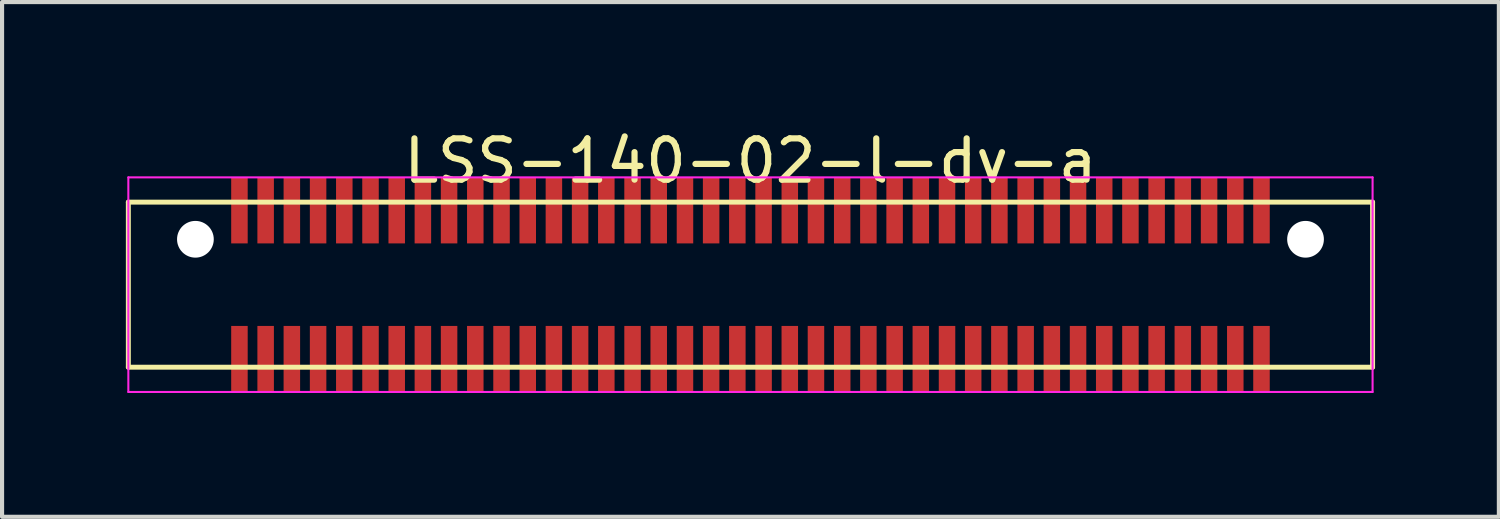
<source format=kicad_pcb>
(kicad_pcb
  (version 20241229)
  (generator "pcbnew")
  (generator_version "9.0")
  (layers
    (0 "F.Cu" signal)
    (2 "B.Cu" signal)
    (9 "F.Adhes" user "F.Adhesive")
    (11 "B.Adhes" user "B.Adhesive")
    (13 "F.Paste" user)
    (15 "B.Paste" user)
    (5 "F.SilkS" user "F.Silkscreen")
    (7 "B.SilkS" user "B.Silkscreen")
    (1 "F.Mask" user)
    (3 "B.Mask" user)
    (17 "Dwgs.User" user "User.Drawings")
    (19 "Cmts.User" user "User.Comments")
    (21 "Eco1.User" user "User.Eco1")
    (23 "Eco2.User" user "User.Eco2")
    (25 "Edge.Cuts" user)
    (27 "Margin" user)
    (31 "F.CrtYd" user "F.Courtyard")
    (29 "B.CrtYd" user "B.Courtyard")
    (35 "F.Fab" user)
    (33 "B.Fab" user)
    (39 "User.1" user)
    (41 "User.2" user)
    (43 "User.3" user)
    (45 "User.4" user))
  (footprint "LSS-140-02-l-dv-a"
    (layer "F.Cu")
    (at 15.135 3.848)
    (property "Reference" "LSS-140-02-l-dv-a" (at 0 -3 0) (layer "F.SilkS") (effects (font (size 1 1) (thickness 0.15))))
    (attr through_hole)
    (fp_line (start -15.075 -2) (end -15.075 2) (stroke (width 0.12) (type solid)) (layer "F.SilkS"))
    (fp_line (start -15.075 2) (end 15.075 2) (stroke (width 0.12) (type solid)) (layer "F.SilkS"))
    (fp_line (start 15.075 -2) (end -15.075 -2) (stroke (width 0.12) (type solid)) (layer "F.SilkS"))
    (fp_line (start 15.075 2) (end 15.075 -2) (stroke (width 0.12) (type solid)) (layer "F.SilkS"))
    (fp_line (start -15.075 -2.6) (end -15.075 2.6) (stroke (width 0.05) (type solid)) (layer "F.CrtYd"))
    (fp_line (start -15.075 2.6) (end 15.075 2.6) (stroke (width 0.05) (type solid)) (layer "F.CrtYd"))
    (fp_line (start 15.075 -2.6) (end -15.075 -2.6) (stroke (width 0.05) (type solid)) (layer "F.CrtYd"))
    (fp_line (start 15.075 2.6) (end 15.075 -2.6) (stroke (width 0.05) (type solid)) (layer "F.CrtYd"))
    (pad "" np_thru_hole circle (at -13.45 -1.1) (size 0.89 0.89) (drill 0.89) (layers "*.Cu" "*.Mask"))
    (pad "" np_thru_hole circle (at 13.45 -1.1) (size 0.89 0.89) (drill 0.89) (layers "*.Cu" "*.Mask"))
    (pad "1" smd rect (at -12.383 -1.8) (size 0.4 1.6) (layers "F.Cu" "F.Mask" "F.Paste"))
    (pad "2" smd rect (at -12.383 1.8) (size 0.4 1.6) (layers "F.Cu" "F.Mask" "F.Paste"))
    (pad "3" smd rect (at -11.748 -1.8) (size 0.4 1.6) (layers "F.Cu" "F.Mask" "F.Paste"))
    (pad "4" smd rect (at -11.748 1.8) (size 0.4 1.6) (layers "F.Cu" "F.Mask" "F.Paste"))
    (pad "5" smd rect (at -11.113 -1.8) (size 0.4 1.6) (layers "F.Cu" "F.Mask" "F.Paste"))
    (pad "6" smd rect (at -11.113 1.8) (size 0.4 1.6) (layers "F.Cu" "F.Mask" "F.Paste"))
    (pad "7" smd rect (at -10.477 -1.8) (size 0.4 1.6) (layers "F.Cu" "F.Mask" "F.Paste"))
    (pad "8" smd rect (at -10.477 1.8) (size 0.4 1.6) (layers "F.Cu" "F.Mask" "F.Paste"))
    (pad "9" smd rect (at -9.842 -1.8) (size 0.4 1.6) (layers "F.Cu" "F.Mask" "F.Paste"))
    (pad "10" smd rect (at -9.842 1.8) (size 0.4 1.6) (layers "F.Cu" "F.Mask" "F.Paste"))
    (pad "11" smd rect (at -9.207 -1.8) (size 0.4 1.6) (layers "F.Cu" "F.Mask" "F.Paste"))
    (pad "12" smd rect (at -9.207 1.8) (size 0.4 1.6) (layers "F.Cu" "F.Mask" "F.Paste"))
    (pad "13" smd rect (at -8.572 -1.8) (size 0.4 1.6) (layers "F.Cu" "F.Mask" "F.Paste"))
    (pad "14" smd rect (at -8.572 1.8) (size 0.4 1.6) (layers "F.Cu" "F.Mask" "F.Paste"))
    (pad "15" smd rect (at -7.938 -1.8) (size 0.4 1.6) (layers "F.Cu" "F.Mask" "F.Paste"))
    (pad "16" smd rect (at -7.938 1.8) (size 0.4 1.6) (layers "F.Cu" "F.Mask" "F.Paste"))
    (pad "17" smd rect (at -7.303 -1.8) (size 0.4 1.6) (layers "F.Cu" "F.Mask" "F.Paste"))
    (pad "18" smd rect (at -7.303 1.8) (size 0.4 1.6) (layers "F.Cu" "F.Mask" "F.Paste"))
    (pad "19" smd rect (at -6.668 -1.8) (size 0.4 1.6) (layers "F.Cu" "F.Mask" "F.Paste"))
    (pad "20" smd rect (at -6.668 1.8) (size 0.4 1.6) (layers "F.Cu" "F.Mask" "F.Paste"))
    (pad "21" smd rect (at -6.032 -1.8) (size 0.4 1.6) (layers "F.Cu" "F.Mask" "F.Paste"))
    (pad "22" smd rect (at -6.032 1.8) (size 0.4 1.6) (layers "F.Cu" "F.Mask" "F.Paste"))
    (pad "23" smd rect (at -5.397 -1.8) (size 0.4 1.6) (layers "F.Cu" "F.Mask" "F.Paste"))
    (pad "24" smd rect (at -5.397 1.8) (size 0.4 1.6) (layers "F.Cu" "F.Mask" "F.Paste"))
    (pad "25" smd rect (at -4.763 -1.8) (size 0.4 1.6) (layers "F.Cu" "F.Mask" "F.Paste"))
    (pad "26" smd rect (at -4.763 1.8) (size 0.4 1.6) (layers "F.Cu" "F.Mask" "F.Paste"))
    (pad "27" smd rect (at -4.128 -1.8) (size 0.4 1.6) (layers "F.Cu" "F.Mask" "F.Paste"))
    (pad "28" smd rect (at -4.128 1.8) (size 0.4 1.6) (layers "F.Cu" "F.Mask" "F.Paste"))
    (pad "29" smd rect (at -3.493 -1.8) (size 0.4 1.6) (layers "F.Cu" "F.Mask" "F.Paste"))
    (pad "30" smd rect (at -3.493 1.8) (size 0.4 1.6) (layers "F.Cu" "F.Mask" "F.Paste"))
    (pad "31" smd rect (at -2.857 -1.8) (size 0.4 1.6) (layers "F.Cu" "F.Mask" "F.Paste"))
    (pad "32" smd rect (at -2.857 1.8) (size 0.4 1.6) (layers "F.Cu" "F.Mask" "F.Paste"))
    (pad "33" smd rect (at -2.223 -1.8) (size 0.4 1.6) (layers "F.Cu" "F.Mask" "F.Paste"))
    (pad "34" smd rect (at -2.223 1.8) (size 0.4 1.6) (layers "F.Cu" "F.Mask" "F.Paste"))
    (pad "35" smd rect (at -1.587 -1.8) (size 0.4 1.6) (layers "F.Cu" "F.Mask" "F.Paste"))
    (pad "36" smd rect (at -1.587 1.8) (size 0.4 1.6) (layers "F.Cu" "F.Mask" "F.Paste"))
    (pad "37" smd rect (at -0.953 -1.8) (size 0.4 1.6) (layers "F.Cu" "F.Mask" "F.Paste"))
    (pad "38" smd rect (at -0.953 1.8) (size 0.4 1.6) (layers "F.Cu" "F.Mask" "F.Paste"))
    (pad "39" smd rect (at -0.318 -1.8) (size 0.4 1.6) (layers "F.Cu" "F.Mask" "F.Paste"))
    (pad "40" smd rect (at -0.318 1.8) (size 0.4 1.6) (layers "F.Cu" "F.Mask" "F.Paste"))
    (pad "41" smd rect (at 0.318 -1.8) (size 0.4 1.6) (layers "F.Cu" "F.Mask" "F.Paste"))
    (pad "42" smd rect (at 0.318 1.8) (size 0.4 1.6) (layers "F.Cu" "F.Mask" "F.Paste"))
    (pad "43" smd rect (at 0.953 -1.8) (size 0.4 1.6) (layers "F.Cu" "F.Mask" "F.Paste"))
    (pad "44" smd rect (at 0.953 1.8) (size 0.4 1.6) (layers "F.Cu" "F.Mask" "F.Paste"))
    (pad "45" smd rect (at 1.587 -1.8) (size 0.4 1.6) (layers "F.Cu" "F.Mask" "F.Paste"))
    (pad "46" smd rect (at 1.587 1.8) (size 0.4 1.6) (layers "F.Cu" "F.Mask" "F.Paste"))
    (pad "47" smd rect (at 2.223 -1.8) (size 0.4 1.6) (layers "F.Cu" "F.Mask" "F.Paste"))
    (pad "48" smd rect (at 2.223 1.8) (size 0.4 1.6) (layers "F.Cu" "F.Mask" "F.Paste"))
    (pad "49" smd rect (at 2.857 -1.8) (size 0.4 1.6) (layers "F.Cu" "F.Mask" "F.Paste"))
    (pad "50" smd rect (at 2.857 1.8) (size 0.4 1.6) (layers "F.Cu" "F.Mask" "F.Paste"))
    (pad "51" smd rect (at 3.493 -1.8) (size 0.4 1.6) (layers "F.Cu" "F.Mask" "F.Paste"))
    (pad "52" smd rect (at 3.493 1.8) (size 0.4 1.6) (layers "F.Cu" "F.Mask" "F.Paste"))
    (pad "53" smd rect (at 4.128 -1.8) (size 0.4 1.6) (layers "F.Cu" "F.Mask" "F.Paste"))
    (pad "54" smd rect (at 4.128 1.8) (size 0.4 1.6) (layers "F.Cu" "F.Mask" "F.Paste"))
    (pad "55" smd rect (at 4.763 -1.8) (size 0.4 1.6) (layers "F.Cu" "F.Mask" "F.Paste"))
    (pad "56" smd rect (at 4.763 1.8) (size 0.4 1.6) (layers "F.Cu" "F.Mask" "F.Paste"))
    (pad "57" smd rect (at 5.397 -1.8) (size 0.4 1.6) (layers "F.Cu" "F.Mask" "F.Paste"))
    (pad "58" smd rect (at 5.397 1.8) (size 0.4 1.6) (layers "F.Cu" "F.Mask" "F.Paste"))
    (pad "59" smd rect (at 6.032 -1.8) (size 0.4 1.6) (layers "F.Cu" "F.Mask" "F.Paste"))
    (pad "60" smd rect (at 6.032 1.8) (size 0.4 1.6) (layers "F.Cu" "F.Mask" "F.Paste"))
    (pad "61" smd rect (at 6.668 -1.8) (size 0.4 1.6) (layers "F.Cu" "F.Mask" "F.Paste"))
    (pad "62" smd rect (at 6.668 1.8) (size 0.4 1.6) (layers "F.Cu" "F.Mask" "F.Paste"))
    (pad "63" smd rect (at 7.303 -1.8) (size 0.4 1.6) (layers "F.Cu" "F.Mask" "F.Paste"))
    (pad "64" smd rect (at 7.303 1.8) (size 0.4 1.6) (layers "F.Cu" "F.Mask" "F.Paste"))
    (pad "65" smd rect (at 7.938 -1.8) (size 0.4 1.6) (layers "F.Cu" "F.Mask" "F.Paste"))
    (pad "66" smd rect (at 7.938 1.8) (size 0.4 1.6) (layers "F.Cu" "F.Mask" "F.Paste"))
    (pad "67" smd rect (at 8.572 -1.8) (size 0.4 1.6) (layers "F.Cu" "F.Mask" "F.Paste"))
    (pad "68" smd rect (at 8.572 1.8) (size 0.4 1.6) (layers "F.Cu" "F.Mask" "F.Paste"))
    (pad "69" smd rect (at 9.207 -1.8) (size 0.4 1.6) (layers "F.Cu" "F.Mask" "F.Paste"))
    (pad "70" smd rect (at 9.207 1.8) (size 0.4 1.6) (layers "F.Cu" "F.Mask" "F.Paste"))
    (pad "71" smd rect (at 9.842 -1.8) (size 0.4 1.6) (layers "F.Cu" "F.Mask" "F.Paste"))
    (pad "72" smd rect (at 9.842 1.8) (size 0.4 1.6) (layers "F.Cu" "F.Mask" "F.Paste"))
    (pad "73" smd rect (at 10.477 -1.8) (size 0.4 1.6) (layers "F.Cu" "F.Mask" "F.Paste"))
    (pad "74" smd rect (at 10.477 1.8) (size 0.4 1.6) (layers "F.Cu" "F.Mask" "F.Paste"))
    (pad "75" smd rect (at 11.113 -1.8) (size 0.4 1.6) (layers "F.Cu" "F.Mask" "F.Paste"))
    (pad "76" smd rect (at 11.113 1.8) (size 0.4 1.6) (layers "F.Cu" "F.Mask" "F.Paste"))
    (pad "77" smd rect (at 11.748 -1.8) (size 0.4 1.6) (layers "F.Cu" "F.Mask" "F.Paste"))
    (pad "78" smd rect (at 11.748 1.8) (size 0.4 1.6) (layers "F.Cu" "F.Mask" "F.Paste"))
    (pad "79" smd rect (at 12.383 -1.8) (size 0.4 1.6) (layers "F.Cu" "F.Mask" "F.Paste"))
    (pad "80" smd rect (at 12.383 1.8) (size 0.4 1.6) (layers "F.Cu" "F.Mask" "F.Paste")))
  (gr_rect
    (start -3 -3)
    (end 33.27 9.473)
    (stroke (width 0.1) (type default))
    (fill no)
    (layer "Edge.Cuts")))
</source>
